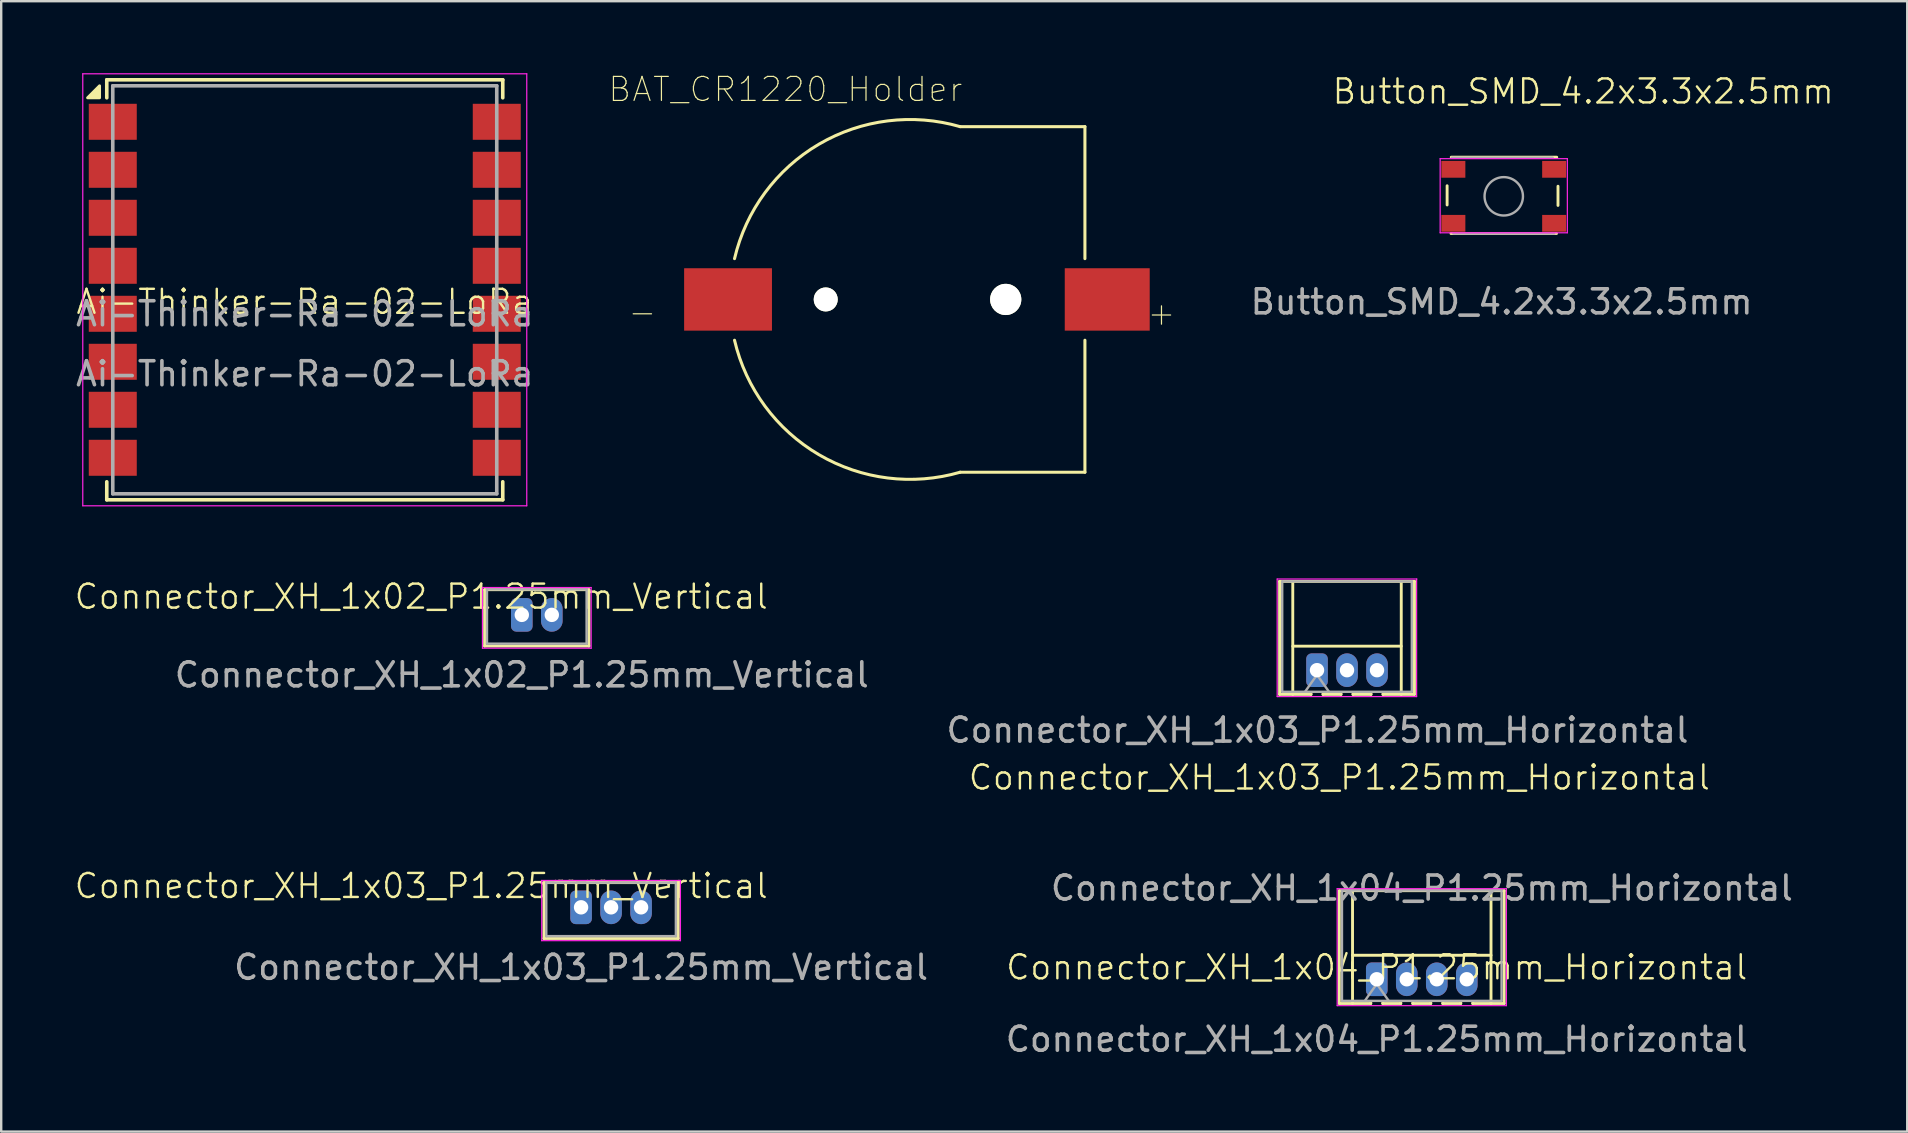
<source format=kicad_pcb>
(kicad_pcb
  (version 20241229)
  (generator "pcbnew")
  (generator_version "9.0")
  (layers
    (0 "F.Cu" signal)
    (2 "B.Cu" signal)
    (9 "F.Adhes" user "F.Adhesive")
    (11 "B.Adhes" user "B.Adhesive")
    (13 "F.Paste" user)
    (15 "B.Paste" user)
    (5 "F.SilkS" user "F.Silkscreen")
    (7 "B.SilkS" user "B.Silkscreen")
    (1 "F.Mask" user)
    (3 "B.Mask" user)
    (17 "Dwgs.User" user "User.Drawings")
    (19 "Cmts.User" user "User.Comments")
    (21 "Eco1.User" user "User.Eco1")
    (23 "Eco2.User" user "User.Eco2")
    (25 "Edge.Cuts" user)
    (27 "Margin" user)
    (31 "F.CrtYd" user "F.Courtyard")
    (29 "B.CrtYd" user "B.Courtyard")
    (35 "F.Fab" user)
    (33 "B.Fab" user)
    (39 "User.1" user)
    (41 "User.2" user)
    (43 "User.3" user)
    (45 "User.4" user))
  (footprint "Connector_XH_1x03_P1.25mm_Horizontal"
    (layer "F.Cu")
    (at 51.847 24.875)
    (property "Reference" "Connector_XH_1x03_P1.25mm_Horizontal" (at 0.91 4.47 0) (unlocked yes) (layer "F.SilkS") (effects (font (size 1 1) (thickness 0.1))))
    (attr through_hole)
    (fp_line (start -1.58 -3.7) (end 4.04 -3.7) (stroke (width 0.12) (type solid)) (layer "F.SilkS"))
    (fp_line (start -1.58 1.01) (end -1.58 -3.7) (stroke (width 0.12) (type solid)) (layer "F.SilkS"))
    (fp_line (start -1.03 -3.7) (end -1.03 1.01) (stroke (width 0.12) (type solid)) (layer "F.SilkS"))
    (fp_line (start -1.03 -1) (end 3.49 -1) (stroke (width 0.12) (type solid)) (layer "F.SilkS"))
    (fp_line (start -0.27 0.96) (end -0.27 1.01) (stroke (width 0.12) (type solid)) (layer "F.SilkS"))
    (fp_line (start -0.27 1.01) (end -1.58 1.01) (stroke (width 0.12) (type solid)) (layer "F.SilkS"))
    (fp_line (start 0.23 0.96) (end 0.23 1.01) (stroke (width 0.12) (type solid)) (layer "F.SilkS"))
    (fp_line (start 0.23 1.01) (end 0.98 1.01) (stroke (width 0.12) (type solid)) (layer "F.SilkS"))
    (fp_line (start 0.98 1.01) (end 0.98 0.96) (stroke (width 0.12) (type solid)) (layer "F.SilkS"))
    (fp_line (start 1.48 0.96) (end 1.48 1.01) (stroke (width 0.12) (type solid)) (layer "F.SilkS"))
    (fp_line (start 1.48 1.01) (end 2.23 1.01) (stroke (width 0.12) (type solid)) (layer "F.SilkS"))
    (fp_line (start 2.23 1.01) (end 2.23 0.96) (stroke (width 0.12) (type solid)) (layer "F.SilkS"))
    (fp_line (start 2.73 1.01) (end 2.73 0.96) (stroke (width 0.12) (type solid)) (layer "F.SilkS"))
    (fp_line (start 3.49 -3.7) (end 3.49 1.01) (stroke (width 0.12) (type solid)) (layer "F.SilkS"))
    (fp_line (start 4.04 -3.7) (end 4.04 1.01) (stroke (width 0.12) (type solid)) (layer "F.SilkS"))
    (fp_line (start 4.04 1.01) (end 2.73 1.01) (stroke (width 0.12) (type solid)) (layer "F.SilkS"))
    (fp_line (start -1.68 -3.8) (end -1.68 1.1) (stroke (width 0.05) (type solid)) (layer "F.CrtYd"))
    (fp_line (start -1.68 1.1) (end 4.13 1.1) (stroke (width 0.05) (type solid)) (layer "F.CrtYd"))
    (fp_line (start 4.13 1.1) (end 4.13 -3.8) (stroke (width 0.05) (type solid)) (layer "F.CrtYd"))
    (fp_line (start 4.14 -3.8) (end -1.68 -3.8) (stroke (width 0.05) (type solid)) (layer "F.CrtYd"))
    (fp_line (start -1.47 -3.7) (end -1.47 0.9) (stroke (width 0.1) (type solid)) (layer "F.Fab"))
    (fp_line (start -1.47 0.9) (end 3.93 0.9) (stroke (width 0.1) (type solid)) (layer "F.Fab"))
    (fp_line (start -0.52 0.9) (end -0.02 0.193) (stroke (width 0.1) (type solid)) (layer "F.Fab"))
    (fp_line (start -0.02 0.193) (end 0.48 0.9) (stroke (width 0.1) (type solid)) (layer "F.Fab"))
    (fp_line (start 3.93 -3.7) (end -1.47 -3.7) (stroke (width 0.1) (type solid)) (layer "F.Fab"))
    (fp_line (start 3.93 0.9) (end 3.93 -3.7) (stroke (width 0.1) (type solid)) (layer "F.Fab"))
    (fp_text user "${REFERENCE}" (at 0 2.5 0) (unlocked yes) (layer "F.Fab") (effects (font (size 1 1) (thickness 0.15))))
    (pad "1" thru_hole roundrect (at -0.02 0) (size 0.9 1.4) (drill 0.6) (layers "*.Cu" "*.Mask") (roundrect_rratio 0.25))
    (pad "2" thru_hole oval (at 1.23 0) (size 0.9 1.4) (drill 0.6) (layers "*.Cu" "*.Mask"))
    (pad "3" thru_hole oval (at 2.48 0) (size 0.9 1.4) (drill 0.6) (layers "*.Cu" "*.Mask")))
  (footprint "Connector_XH_1x03_P1.25mm_Vertical"
    (layer "F.Cu")
    (at 21.162 34.756)
    (property "Reference" "Connector_XH_1x03_P1.25mm_Vertical" (at -6.66 -0.89 0) (unlocked yes) (layer "F.SilkS") (effects (font (size 1 1) (thickness 0.1))))
    (attr through_hole)
    (fp_line (start -1.55 -1.03) (end -1.55 1.3) (stroke (width 0.12) (type solid)) (layer "F.SilkS"))
    (fp_line (start -1.55 1.3) (end 4.05 1.3) (stroke (width 0.12) (type solid)) (layer "F.SilkS"))
    (fp_line (start 4.05 -1.03) (end -1.55 -1.03) (stroke (width 0.12) (type solid)) (layer "F.SilkS"))
    (fp_line (start 4.05 1.3) (end 4.05 -1.03) (stroke (width 0.12) (type solid)) (layer "F.SilkS"))
    (fp_line (start -1.64 -1.12) (end -1.64 1.39) (stroke (width 0.05) (type solid)) (layer "F.CrtYd"))
    (fp_line (start -1.64 1.39) (end 4.14 1.39) (stroke (width 0.05) (type solid)) (layer "F.CrtYd"))
    (fp_line (start 4.14 -1.12) (end -1.64 -1.12) (stroke (width 0.05) (type solid)) (layer "F.CrtYd"))
    (fp_line (start 4.14 1.39) (end 4.14 -1.12) (stroke (width 0.05) (type solid)) (layer "F.CrtYd"))
    (fp_line (start -1.45 -1.03) (end -1.45 1.2) (stroke (width 0.1) (type solid)) (layer "F.Fab"))
    (fp_line (start -1.45 1.2) (end 3.95 1.2) (stroke (width 0.1) (type solid)) (layer "F.Fab"))
    (fp_line (start 3.95 -1.03) (end -1.45 -1.03) (stroke (width 0.1) (type solid)) (layer "F.Fab"))
    (fp_line (start 3.95 1.2) (end 3.95 -1.03) (stroke (width 0.1) (type solid)) (layer "F.Fab"))
    (fp_text user "${REFERENCE}" (at 0 2.5 0) (unlocked yes) (layer "F.Fab") (effects (font (size 1 1) (thickness 0.15))))
    (pad "1" thru_hole roundrect (at 0 0) (size 0.9 1.4) (drill 0.6) (layers "*.Cu" "*.Mask") (roundrect_rratio 0.25))
    (pad "2" thru_hole oval (at 1.25 0) (size 0.9 1.4) (drill 0.6) (layers "*.Cu" "*.Mask"))
    (pad "3" thru_hole oval (at 2.5 0) (size 0.9 1.4) (drill 0.6) (layers "*.Cu" "*.Mask")))
  (footprint "Connector_XH_1x04_P1.25mm_Horizontal"
    (layer "F.Cu")
    (at 54.317 37.754)
    (property "Reference" "Connector_XH_1x04_P1.25mm_Horizontal" (at 0 -0.5 0) (unlocked yes) (layer "F.SilkS") (effects (font (size 1 1) (thickness 0.1))))
    (attr through_hole)
    (fp_line (start -1.56 -3.69) (end 5.31 -3.69) (stroke (width 0.12) (type solid)) (layer "F.SilkS"))
    (fp_line (start -1.56 1.01) (end -1.56 -3.69) (stroke (width 0.12) (type solid)) (layer "F.SilkS"))
    (fp_line (start -1.01 -3.6) (end -1.01 1.01) (stroke (width 0.12) (type solid)) (layer "F.SilkS"))
    (fp_line (start -1.01 -1) (end 4.76 -1) (stroke (width 0.12) (type solid)) (layer "F.SilkS"))
    (fp_line (start -0.25 0.96) (end -0.25 1.01) (stroke (width 0.12) (type solid)) (layer "F.SilkS"))
    (fp_line (start -0.25 1.01) (end -1.56 1.01) (stroke (width 0.12) (type solid)) (layer "F.SilkS"))
    (fp_line (start 0.25 0.96) (end 0.25 1.01) (stroke (width 0.12) (type solid)) (layer "F.SilkS"))
    (fp_line (start 0.25 1.01) (end 1 1.01) (stroke (width 0.12) (type solid)) (layer "F.SilkS"))
    (fp_line (start 1 1.01) (end 1 0.96) (stroke (width 0.12) (type solid)) (layer "F.SilkS"))
    (fp_line (start 1.5 0.96) (end 1.5 1.01) (stroke (width 0.12) (type solid)) (layer "F.SilkS"))
    (fp_line (start 1.5 1.01) (end 2.25 1.01) (stroke (width 0.12) (type solid)) (layer "F.SilkS"))
    (fp_line (start 2.25 1.01) (end 2.25 0.96) (stroke (width 0.12) (type solid)) (layer "F.SilkS"))
    (fp_line (start 2.75 0.96) (end 2.75 1.01) (stroke (width 0.12) (type solid)) (layer "F.SilkS"))
    (fp_line (start 2.75 1.01) (end 3.5 1.01) (stroke (width 0.12) (type solid)) (layer "F.SilkS"))
    (fp_line (start 3.5 1.01) (end 3.5 0.96) (stroke (width 0.12) (type solid)) (layer "F.SilkS"))
    (fp_line (start 4 1.01) (end 4 0.96) (stroke (width 0.12) (type solid)) (layer "F.SilkS"))
    (fp_line (start 4.76 -3.6) (end 4.76 1.01) (stroke (width 0.12) (type solid)) (layer "F.SilkS"))
    (fp_line (start 5.31 -3.69) (end 5.31 1.01) (stroke (width 0.12) (type solid)) (layer "F.SilkS"))
    (fp_line (start 5.31 1.01) (end 4 1.01) (stroke (width 0.12) (type solid)) (layer "F.SilkS"))
    (fp_line (start -1.65 -3.775) (end -1.65 1.1) (stroke (width 0.05) (type solid)) (layer "F.CrtYd"))
    (fp_line (start -1.65 1.1) (end 5.4 1.1) (stroke (width 0.05) (type solid)) (layer "F.CrtYd"))
    (fp_line (start 5.4 -3.775) (end -1.65 -3.775) (stroke (width 0.05) (type solid)) (layer "F.CrtYd"))
    (fp_line (start 5.4 1.1) (end 5.4 -3.775) (stroke (width 0.05) (type solid)) (layer "F.CrtYd"))
    (fp_line (start -1.45 -3.7) (end -1.45 0.9) (stroke (width 0.1) (type solid)) (layer "F.Fab"))
    (fp_line (start -1.45 0.9) (end 5.2 0.9) (stroke (width 0.1) (type solid)) (layer "F.Fab"))
    (fp_line (start -0.5 0.9) (end 0 0.193) (stroke (width 0.1) (type solid)) (layer "F.Fab"))
    (fp_line (start 0 0.193) (end 0.5 0.9) (stroke (width 0.1) (type solid)) (layer "F.Fab"))
    (fp_line (start 5.2 -3.7) (end -1.45 -3.7) (stroke (width 0.1) (type solid)) (layer "F.Fab"))
    (fp_line (start 5.2 0.9) (end 5.2 -3.7) (stroke (width 0.1) (type solid)) (layer "F.Fab"))
    (fp_text user "${REFERENCE}" (at 0 2.5 0) (unlocked yes) (layer "F.Fab") (effects (font (size 1 1) (thickness 0.15))))
    (fp_text user "${REFERENCE}" (at 1.88 -3.8 0) (layer "F.Fab") (effects (font (size 1 1) (thickness 0.15))))
    (pad "1" thru_hole roundrect (at 0 0) (size 0.9 1.4) (drill 0.6) (layers "*.Cu" "*.Mask") (roundrect_rratio 0.25))
    (pad "2" thru_hole oval (at 1.25 0) (size 0.9 1.4) (drill 0.6) (layers "*.Cu" "*.Mask"))
    (pad "3" thru_hole oval (at 2.5 0) (size 0.9 1.4) (drill 0.6) (layers "*.Cu" "*.Mask"))
    (pad "4" thru_hole oval (at 3.75 0) (size 0.9 1.4) (drill 0.6) (layers "*.Cu" "*.Mask")))
  (footprint "Button_SMD_4.2x3.3x2.5mm"
    (layer "F.Cu")
    (at 59.608 5.13)
    (property "Reference" "Button_SMD_4.2x3.3x2.5mm" (at 3.31 -4.37 0) (unlocked yes) (layer "F.SilkS") (effects (font (size 1 1) (thickness 0.1))))
    (attr smd)
    (fp_line (start -2.36 0.36) (end -2.36 -0.44) (stroke (width 0.12) (type solid)) (layer "F.SilkS"))
    (fp_line (start -2.2 1.55) (end 2.2 1.55) (stroke (width 0.12) (type solid)) (layer "F.SilkS"))
    (fp_line (start 2.208 -1.63) (end -2.188 -1.63) (stroke (width 0.12) (type solid)) (layer "F.SilkS"))
    (fp_line (start 2.26 0.38) (end 2.26 -0.42) (stroke (width 0.12) (type solid)) (layer "F.SilkS"))
    (fp_line (start -2.65 -1.57) (end 2.65 -1.57) (stroke (width 0.05) (type solid)) (layer "F.CrtYd"))
    (fp_line (start -2.65 1.52) (end -2.65 -1.57) (stroke (width 0.05) (type solid)) (layer "F.CrtYd"))
    (fp_line (start 2.65 -1.57) (end 2.65 1.52) (stroke (width 0.05) (type solid)) (layer "F.CrtYd"))
    (fp_line (start 2.65 1.52) (end -2.65 1.52) (stroke (width 0.05) (type solid)) (layer "F.CrtYd"))
    (fp_line (start -2.16 -1.61) (end 2.04 -1.61) (stroke (width 0.1) (type solid)) (layer "F.Fab"))
    (fp_line (start 2.1 1.55) (end -2.1 1.55) (stroke (width 0.1) (type solid)) (layer "F.Fab"))
    (fp_circle (center 0 0) (end 0 0.8) (stroke (width 0.1) (type solid)) (fill no) (layer "F.Fab"))
    (fp_text user "${REFERENCE}" (at -0.09 4.4 0) (unlocked yes) (layer "F.Fab") (effects (font (size 1 1) (thickness 0.15))))
    (pad "1" smd rect (at -2.1 1.125 90) (size 0.7 1) (layers "F.Cu" "F.Mask" "F.Paste"))
    (pad "1" smd rect (at 2.1 1.125 90) (size 0.7 1) (layers "F.Cu" "F.Mask" "F.Paste"))
    (pad "2" smd rect (at -2.1 -1.125 90) (size 0.7 1) (layers "F.Cu" "F.Mask" "F.Paste"))
    (pad "2" smd rect (at 2.1 -1.125 90) (size 0.7 1) (layers "F.Cu" "F.Mask" "F.Paste")))
  (footprint "Ai-Thinker-Ra-02-LoRa"
    (layer "F.Cu")
    (at 9.649 10.025)
    (property "Reference" "Ai-Thinker-Ra-02-LoRa" (at 0 -0.5 0) (unlocked yes) (layer "F.SilkS") (effects (font (size 1 1) (thickness 0.1))))
    (attr smd)
    (fp_line (start -8.25 -9.75) (end 8.25 -9.75) (stroke (width 0.15) (type solid)) (layer "F.SilkS"))
    (fp_line (start -8.25 -9) (end -8.25 -9.75) (stroke (width 0.15) (type solid)) (layer "F.SilkS"))
    (fp_line (start -8.25 7) (end -8.25 7.75) (stroke (width 0.15) (type solid)) (layer "F.SilkS"))
    (fp_line (start -8.25 7.75) (end 8.25 7.75) (stroke (width 0.15) (type solid)) (layer "F.SilkS"))
    (fp_line (start 8.25 -9.75) (end 8.25 -9) (stroke (width 0.15) (type solid)) (layer "F.SilkS"))
    (fp_line (start 8.25 7.75) (end 8.25 7) (stroke (width 0.15) (type solid)) (layer "F.SilkS"))
    (fp_poly (pts (xy -8.55 -9) (xy -9.05 -9) (xy -8.55 -9.5) (xy -8.55 -9)) (stroke (width 0.12) (type solid)) (fill yes) (layer "F.SilkS"))
    (fp_line (start -9.25 -10) (end 9.25 -10) (stroke (width 0.05) (type solid)) (layer "F.CrtYd"))
    (fp_line (start -9.25 8) (end -9.25 -10) (stroke (width 0.05) (type solid)) (layer "F.CrtYd"))
    (fp_line (start 9.25 -10) (end 9.25 8) (stroke (width 0.05) (type solid)) (layer "F.CrtYd"))
    (fp_line (start 9.25 8) (end -9.25 8) (stroke (width 0.05) (type solid)) (layer "F.CrtYd"))
    (fp_line (start -8 -9.5) (end 8 -9.5) (stroke (width 0.15) (type solid)) (layer "F.Fab"))
    (fp_line (start -8 7.5) (end -8 -9.5) (stroke (width 0.15) (type solid)) (layer "F.Fab"))
    (fp_line (start 8 -9.5) (end 8 7.5) (stroke (width 0.15) (type solid)) (layer "F.Fab"))
    (fp_line (start 8 7.5) (end -8 7.5) (stroke (width 0.15) (type solid)) (layer "F.Fab"))
    (fp_text user "${REFERENCE}" (at 0 2.5 0) (unlocked yes) (layer "F.Fab") (effects (font (size 1 1) (thickness 0.15))))
    (fp_text user "${REFERENCE}" (at 0 0 0) (layer "F.Fab") (effects (font (size 1 1) (thickness 0.15))))
    (pad "1" smd rect (at -8 -8) (size 2 1.5) (layers "F.Cu" "F.Mask" "F.Paste"))
    (pad "2" smd rect (at -8 -6) (size 2 1.5) (layers "F.Cu" "F.Mask" "F.Paste"))
    (pad "3" smd rect (at -8 -4) (size 2 1.5) (layers "F.Cu" "F.Mask" "F.Paste"))
    (pad "4" smd rect (at -8 -2) (size 2 1.5) (layers "F.Cu" "F.Mask" "F.Paste"))
    (pad "5" smd rect (at -8 0) (size 2 1.5) (layers "F.Cu" "F.Mask" "F.Paste"))
    (pad "6" smd rect (at -8 2) (size 2 1.5) (layers "F.Cu" "F.Mask" "F.Paste"))
    (pad "7" smd rect (at -8 4) (size 2 1.5) (layers "F.Cu" "F.Mask" "F.Paste"))
    (pad "8" smd rect (at -8 6) (size 2 1.5) (layers "F.Cu" "F.Mask" "F.Paste"))
    (pad "9" smd rect (at 8 6) (size 2 1.5) (layers "F.Cu" "F.Mask" "F.Paste"))
    (pad "10" smd rect (at 8 4) (size 2 1.5) (layers "F.Cu" "F.Mask" "F.Paste"))
    (pad "11" smd rect (at 8 2) (size 2 1.5) (layers "F.Cu" "F.Mask" "F.Paste"))
    (pad "12" smd rect (at 8 0) (size 2 1.5) (layers "F.Cu" "F.Mask" "F.Paste"))
    (pad "13" smd rect (at 8 -2) (size 2 1.5) (layers "F.Cu" "F.Mask" "F.Paste"))
    (pad "14" smd rect (at 8 -4) (size 2 1.5) (layers "F.Cu" "F.Mask" "F.Paste"))
    (pad "15" smd rect (at 8 -6) (size 2 1.5) (layers "F.Cu" "F.Mask" "F.Paste"))
    (pad "16" smd rect (at 8 -8) (size 2 1.5) (layers "F.Cu" "F.Mask" "F.Paste")))
  (footprint "BAT_CR1220_Holder"
    (layer "F.Cu")
    (at 34.856 9.427)
    (property "Reference" "BAT_CR1220_Holder" (at -5.179 -8.754 0) (layer "F.SilkS") (effects (font (size 1 1) (thickness 0.05))))
    (attr smd)
    (fp_line (start 2.1 -7.2) (end 7.3 -7.2) (stroke (width 0.127) (type solid)) (layer "F.SilkS"))
    (fp_line (start 2.1 7.2) (end 7.3 7.2) (stroke (width 0.127) (type solid)) (layer "F.SilkS"))
    (fp_line (start 7.3 -1.7) (end 7.3 -7.2) (stroke (width 0.127) (type solid)) (layer "F.SilkS"))
    (fp_line (start 7.3 1.7) (end 7.3 7.2) (stroke (width 0.127) (type solid)) (layer "F.SilkS"))
    (fp_arc (start -7.3 -1.699999) (mid -3.781493 -6.469279) (end 2.1 -7.2) (stroke (width 0.127) (type solid)) (layer "F.SilkS"))
    (fp_arc (start 2.100001 7.2) (mid -3.781493 6.46928) (end -7.3 1.7) (stroke (width 0.127) (type solid)) (layer "F.SilkS"))
    (fp_line (start -9.65 -1.55) (end -7.75 -1.55) (stroke (width 0.05) (type solid)) (layer "Eco1.User"))
    (fp_line (start -9.65 1.55) (end -9.65 -1.55) (stroke (width 0.05) (type solid)) (layer "Eco1.User"))
    (fp_line (start -7.75 -7.75) (end 7.75 -7.75) (stroke (width 0.05) (type solid)) (layer "Eco1.User"))
    (fp_line (start -7.75 -1.55) (end -7.75 -7.75) (stroke (width 0.05) (type solid)) (layer "Eco1.User"))
    (fp_line (start -7.75 1.55) (end -9.65 1.55) (stroke (width 0.05) (type solid)) (layer "Eco1.User"))
    (fp_line (start -7.75 7.75) (end -7.75 1.55) (stroke (width 0.05) (type solid)) (layer "Eco1.User"))
    (fp_line (start 7.75 -7.75) (end 7.75 -1.55) (stroke (width 0.05) (type solid)) (layer "Eco1.User"))
    (fp_line (start 7.75 -1.55) (end 10.25 -1.55) (stroke (width 0.05) (type solid)) (layer "Eco1.User"))
    (fp_line (start 7.75 1.55) (end 7.75 7.75) (stroke (width 0.05) (type solid)) (layer "Eco1.User"))
    (fp_line (start 7.75 7.75) (end -7.75 7.75) (stroke (width 0.05) (type solid)) (layer "Eco1.User"))
    (fp_line (start 10.25 -1.55) (end 10.25 1.55) (stroke (width 0.05) (type solid)) (layer "Eco1.User"))
    (fp_line (start 10.25 1.55) (end 7.75 1.55) (stroke (width 0.05) (type solid)) (layer "Eco1.User"))
    (fp_circle (center 0 0) (end 7.5 0) (stroke (width 0.127) (type solid)) (fill no) (layer "Eco2.User"))
    (fp_circle (center 0.01 0) (end 6.51 0) (stroke (width 0.127) (type solid)) (fill no) (layer "Eco2.User"))
    (fp_text user "+" (at 10.49 0.57 0) (layer "F.SilkS") (effects (font (size 1 1) (thickness 0.05))))
    (fp_text user "-" (at -11.14 0.52 0) (layer "F.SilkS") (effects (font (size 1 1) (thickness 0.05))))
    (pad "" np_thru_hole circle (at -3.5 0) (size 1 1) (drill 1) (layers "*.Cu" "*.Mask" "F.SilkS"))
    (pad "" np_thru_hole circle (at 4 0) (size 1.3 1.3) (drill 1.3) (layers "*.Cu" "*.Mask" "F.SilkS"))
    (pad "1" smd rect (at 8.23 0) (size 3.54 2.6) (layers "F.Cu" "F.Mask" "F.Paste"))
    (pad "2" smd rect (at -7.57 0) (size 3.66 2.6) (layers "F.Cu" "F.Mask" "F.Paste")))
  (footprint "Connector_XH_1x02_P1.25mm_Vertical"
    (layer "F.Cu")
    (at 18.692 22.57)
    (property "Reference" "Connector_XH_1x02_P1.25mm_Vertical" (at -4.19 -0.76 0) (unlocked yes) (layer "F.SilkS") (effects (font (size 1 1) (thickness 0.1))))
    (attr through_hole)
    (fp_line (start -1.55 -1.05) (end -1.55 1.3) (stroke (width 0.12) (type solid)) (layer "F.SilkS"))
    (fp_line (start -1.55 1.3) (end 2.8 1.3) (stroke (width 0.12) (type solid)) (layer "F.SilkS"))
    (fp_line (start 2.8 -1.05) (end -1.55 -1.05) (stroke (width 0.12) (type solid)) (layer "F.SilkS"))
    (fp_line (start 2.8 1.3) (end 2.8 -1.05) (stroke (width 0.12) (type solid)) (layer "F.SilkS"))
    (fp_line (start -1.64 -1.14) (end -1.64 1.39) (stroke (width 0.05) (type solid)) (layer "F.CrtYd"))
    (fp_line (start -1.64 1.39) (end 2.89 1.39) (stroke (width 0.05) (type solid)) (layer "F.CrtYd"))
    (fp_line (start 2.89 -1.14) (end -1.64 -1.14) (stroke (width 0.05) (type solid)) (layer "F.CrtYd"))
    (fp_line (start 2.89 1.39) (end 2.89 -1.14) (stroke (width 0.05) (type solid)) (layer "F.CrtYd"))
    (fp_line (start -1.45 -1.06) (end -1.45 1.2) (stroke (width 0.1) (type solid)) (layer "F.Fab"))
    (fp_line (start -1.45 1.2) (end 2.7 1.2) (stroke (width 0.1) (type solid)) (layer "F.Fab"))
    (fp_line (start 2.7 -1.06) (end -1.45 -1.06) (stroke (width 0.1) (type solid)) (layer "F.Fab"))
    (fp_line (start 2.7 1.2) (end 2.7 -1.06) (stroke (width 0.1) (type solid)) (layer "F.Fab"))
    (fp_text user "${REFERENCE}" (at 0 2.5 0) (unlocked yes) (layer "F.Fab") (effects (font (size 1 1) (thickness 0.15))))
    (pad "1" thru_hole roundrect (at 0 0) (size 0.9 1.4) (drill 0.6) (layers "*.Cu" "*.Mask") (roundrect_rratio 0.25))
    (pad "2" thru_hole oval (at 1.25 0) (size 0.9 1.4) (drill 0.6) (layers "*.Cu" "*.Mask")))
  (gr_rect
    (start -3 -3)
    (end 76.42 44.102)
    (stroke (width 0.1) (type default))
    (fill no)
    (layer "Edge.Cuts")))
</source>
